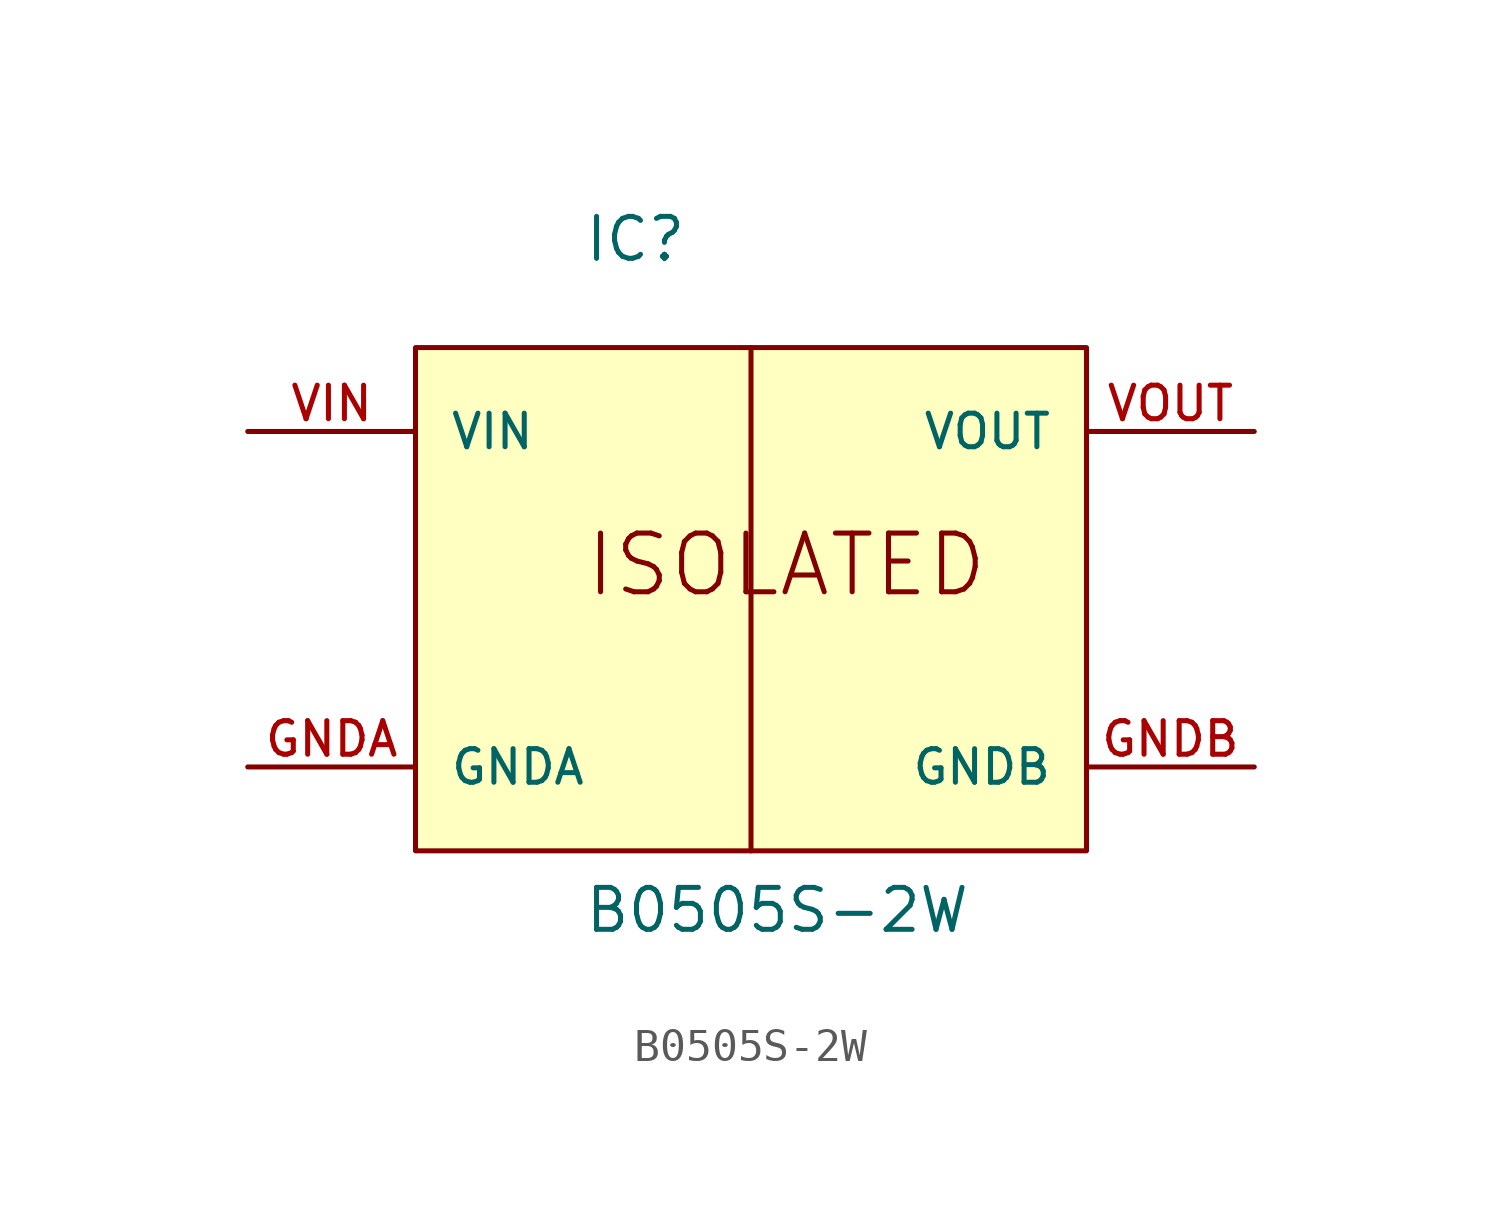
<source format=kicad_sym>
(kicad_symbol_lib
  (version 20211014)
  (generator kicad_symbol_editor)
  (symbol "B0505S-2W"
    (pin_names
      (offset 1.016))
    (property "Reference" "IC"
      (at -5.08 10.16 0)
      (effects (font (size 1.27 1.27)) (justify bottom left)))
    (property "Value" "B0505S-2W"
      (at -5.08 -10.16 0)
      (effects (font (size 1.27 1.27)) (justify bottom left)))
    (symbol "B0505S-2W_0_0"
      (polyline (pts (xy 0.0 7.62) (xy 0.0 -7.62)) (stroke (width 0.152)))
      (text "ISOLATED" (at -5.08 0.0 0) (effects (font (size 1.778 1.778)) (justify bottom left)))
      (rectangle (start -10.16 -7.62) (end 10.16 7.62) (stroke (width 0.152)) (fill (type background)))
      (pin input line (at -15.24 5.08 0) (length 5.08) (name "VIN" (effects (font (size 1.016 1.016)))) (number "VIN" (effects (font (size 1.016 1.016)))))
      (pin power_in line (at -15.24 -5.08 0) (length 5.08) (name "GNDA" (effects (font (size 1.016 1.016)))) (number "GNDA" (effects (font (size 1.016 1.016)))))
      (pin power_in line (at 15.24 5.08 180.0) (length 5.08) (name "VOUT" (effects (font (size 1.016 1.016)))) (number "VOUT" (effects (font (size 1.016 1.016)))))
      (pin power_in line (at 15.24 -5.08 180.0) (length 5.08) (name "GNDB" (effects (font (size 1.016 1.016)))) (number "GNDB" (effects (font (size 1.016 1.016))))))))
</source>
